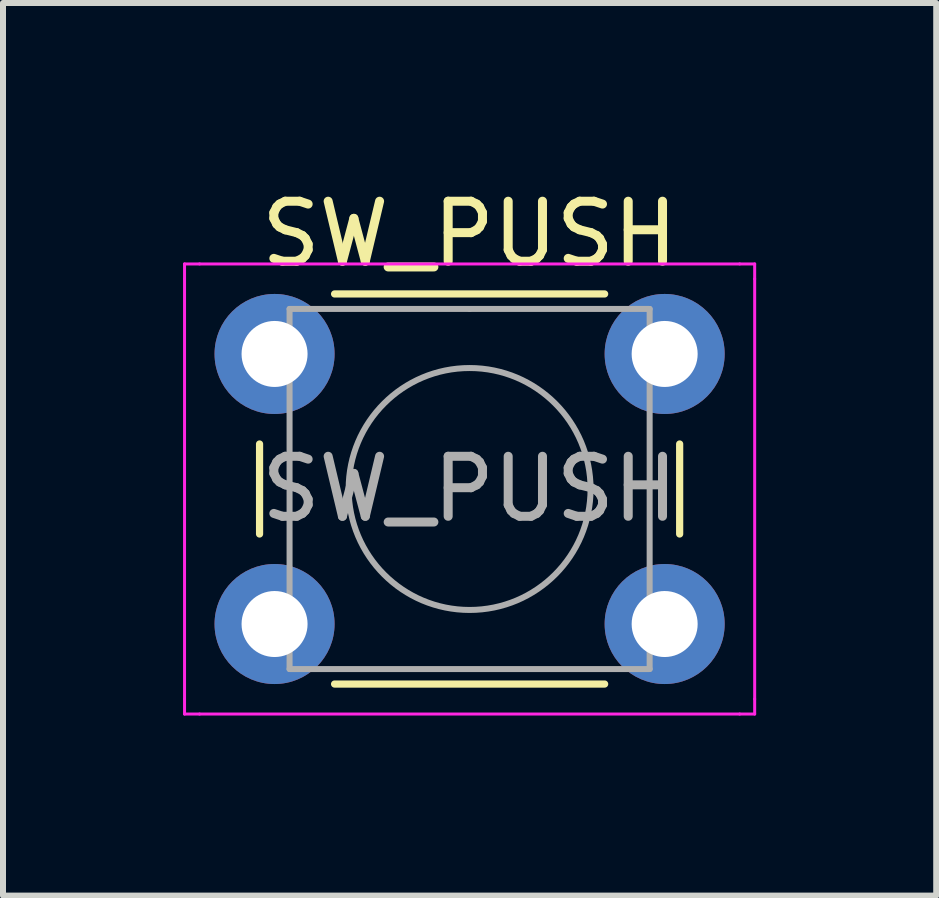
<source format=kicad_pcb>
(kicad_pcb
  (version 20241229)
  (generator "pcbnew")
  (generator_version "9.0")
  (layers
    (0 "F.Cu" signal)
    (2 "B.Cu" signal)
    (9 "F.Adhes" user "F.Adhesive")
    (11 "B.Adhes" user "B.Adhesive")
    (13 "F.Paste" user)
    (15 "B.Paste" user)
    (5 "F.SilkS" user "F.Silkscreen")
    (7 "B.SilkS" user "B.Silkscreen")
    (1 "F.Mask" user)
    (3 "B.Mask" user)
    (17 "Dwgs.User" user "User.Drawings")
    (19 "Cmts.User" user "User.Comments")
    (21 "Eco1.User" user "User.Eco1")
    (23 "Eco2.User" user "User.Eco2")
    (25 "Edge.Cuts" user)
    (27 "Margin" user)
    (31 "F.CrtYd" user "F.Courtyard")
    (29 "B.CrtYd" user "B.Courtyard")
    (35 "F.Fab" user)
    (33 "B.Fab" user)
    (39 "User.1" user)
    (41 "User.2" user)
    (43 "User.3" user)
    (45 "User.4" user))
  (footprint "SW_PUSH"
    (layer "F.Cu")
    (at 1.525 2.848)
    (property "Reference" "SW_PUSH" (at 3.25 -2 0) (layer "F.SilkS") (effects (font (size 1 1) (thickness 0.15))))
    (attr through_hole)
    (fp_line (start -0.25 1.5) (end -0.25 3) (stroke (width 0.12) (type solid)) (layer "F.SilkS"))
    (fp_line (start 1 5.5) (end 5.5 5.5) (stroke (width 0.12) (type solid)) (layer "F.SilkS"))
    (fp_line (start 5.5 -1) (end 1 -1) (stroke (width 0.12) (type solid)) (layer "F.SilkS"))
    (fp_line (start 6.75 3) (end 6.75 1.5) (stroke (width 0.12) (type solid)) (layer "F.SilkS"))
    (fp_line (start -1.5 -1.5) (end -1.25 -1.5) (stroke (width 0.05) (type solid)) (layer "F.CrtYd"))
    (fp_line (start -1.5 -1.25) (end -1.5 -1.5) (stroke (width 0.05) (type solid)) (layer "F.CrtYd"))
    (fp_line (start -1.5 5.75) (end -1.5 -1.25) (stroke (width 0.05) (type solid)) (layer "F.CrtYd"))
    (fp_line (start -1.5 5.75) (end -1.5 6) (stroke (width 0.05) (type solid)) (layer "F.CrtYd"))
    (fp_line (start -1.5 6) (end -1.25 6) (stroke (width 0.05) (type solid)) (layer "F.CrtYd"))
    (fp_line (start -1.25 -1.5) (end 7.75 -1.5) (stroke (width 0.05) (type solid)) (layer "F.CrtYd"))
    (fp_line (start 7.75 -1.5) (end 8 -1.5) (stroke (width 0.05) (type solid)) (layer "F.CrtYd"))
    (fp_line (start 7.75 6) (end -1.25 6) (stroke (width 0.05) (type solid)) (layer "F.CrtYd"))
    (fp_line (start 7.75 6) (end 8 6) (stroke (width 0.05) (type solid)) (layer "F.CrtYd"))
    (fp_line (start 8 -1.5) (end 8 -1.25) (stroke (width 0.05) (type solid)) (layer "F.CrtYd"))
    (fp_line (start 8 -1.25) (end 8 5.75) (stroke (width 0.05) (type solid)) (layer "F.CrtYd"))
    (fp_line (start 8 6) (end 8 5.75) (stroke (width 0.05) (type solid)) (layer "F.CrtYd"))
    (fp_line (start 0.25 -0.75) (end 3.25 -0.75) (stroke (width 0.1) (type solid)) (layer "F.Fab"))
    (fp_line (start 0.25 5.25) (end 0.25 -0.75) (stroke (width 0.1) (type solid)) (layer "F.Fab"))
    (fp_line (start 3.25 -0.75) (end 6.25 -0.75) (stroke (width 0.1) (type solid)) (layer "F.Fab"))
    (fp_line (start 6.25 -0.75) (end 6.25 5.25) (stroke (width 0.1) (type solid)) (layer "F.Fab"))
    (fp_line (start 6.25 5.25) (end 0.25 5.25) (stroke (width 0.1) (type solid)) (layer "F.Fab"))
    (fp_circle (center 3.25 2.25) (end 1.25 2.5) (stroke (width 0.1) (type solid)) (fill no) (layer "F.Fab"))
    (fp_text user "${REFERENCE}" (at 3.25 2.25 0) (layer "F.Fab") (effects (font (size 1 1) (thickness 0.15))))
    (pad "1" thru_hole circle (at 0 0 90) (size 2 2) (drill 1.1) (layers "*.Cu" "*.Mask"))
    (pad "2" thru_hole circle (at 0 4.5 90) (size 2 2) (drill 1.1) (layers "*.Cu" "*.Mask"))
    (pad "3" thru_hole circle (at 6.5 4.5 90) (size 2 2) (drill 1.1) (layers "*.Cu" "*.Mask"))
    (pad "4" thru_hole circle (at 6.5 0 90) (size 2 2) (drill 1.1) (layers "*.Cu" "*.Mask")))
  (gr_rect
    (start -3 -3)
    (end 12.55 11.873)
    (stroke (width 0.1) (type default))
    (fill no)
    (layer "Edge.Cuts")))
</source>
